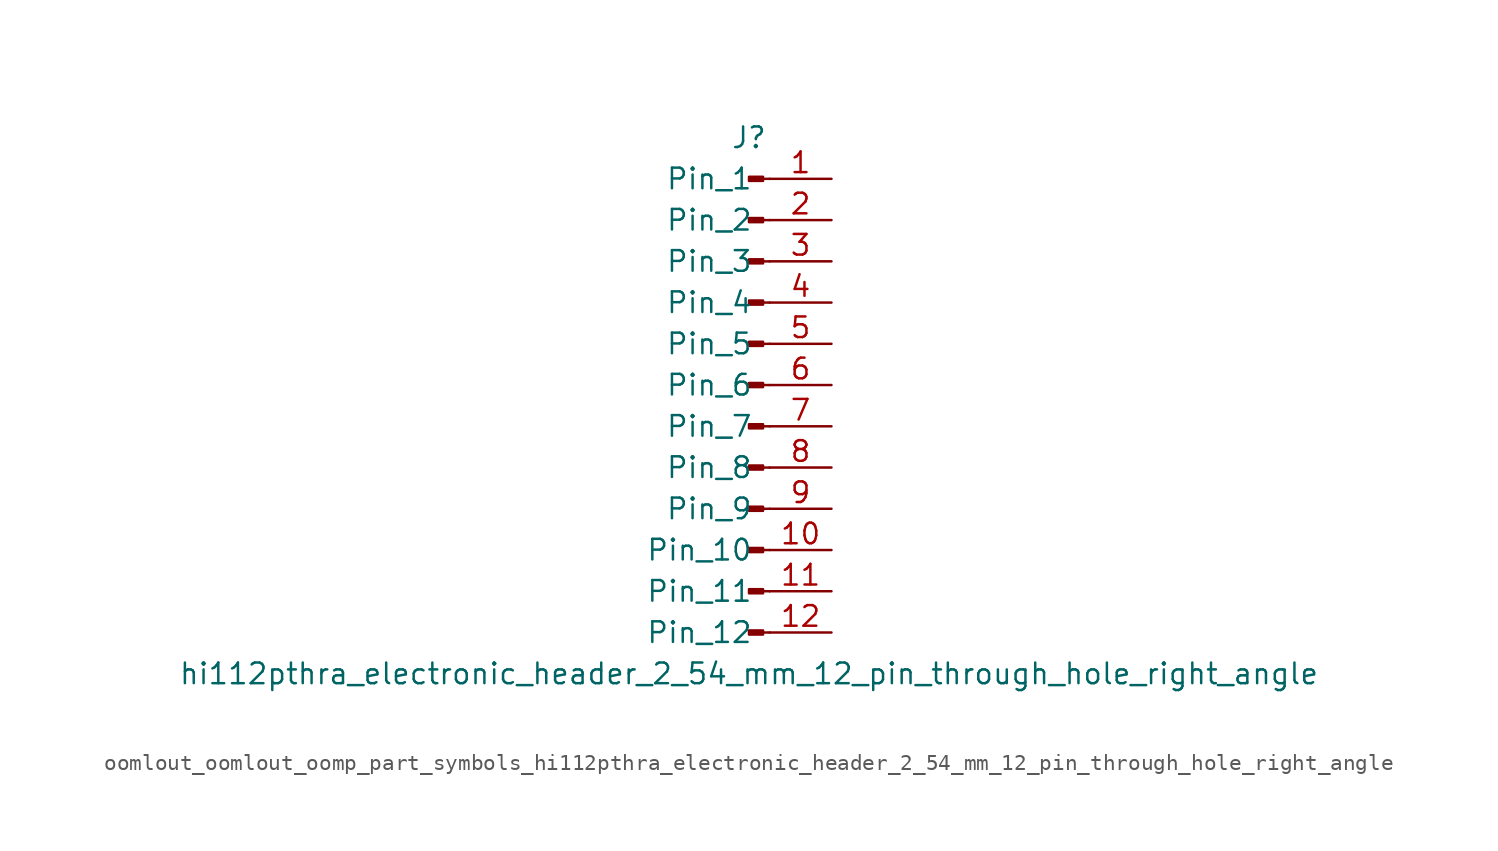
<source format=kicad_sym>
(kicad_symbol_lib
  (version 20220914)
  (generator kicad_symbol_editor)
  (symbol "oomlout_oomlout_oomp_part_symbols_hi112pthra_electronic_header_2_54_mm_12_pin_through_hole_right_angle"
    (pin_names
      (offset 1.016))
    (property "Reference" "J"
      (at 0 15.24 0)
      (effects (font (size 1.27 1.27))))
    (property "Value" "hi112pthra_electronic_header_2_54_mm_12_pin_through_hole_right_angle"
      (at 0 -17.78 0)
      (effects (font (size 1.27 1.27))))
    (property "ki_locked" ""
      (at 0 0 0)
      (effects (font (size 1.27 1.27))))
    (symbol "oomlout_oomlout_oomp_part_symbols_hi112pthra_electronic_header_2_54_mm_12_pin_through_hole_right_angle_1_1"
      (polyline (pts (xy 1.27 -15.24) (xy 0.864 -15.24)) (stroke (width 0.152) (type default)) (fill (type none)))
      (polyline (pts (xy 1.27 -12.7) (xy 0.864 -12.7)) (stroke (width 0.152) (type default)) (fill (type none)))
      (polyline (pts (xy 1.27 -10.16) (xy 0.864 -10.16)) (stroke (width 0.152) (type default)) (fill (type none)))
      (polyline (pts (xy 1.27 -7.62) (xy 0.864 -7.62)) (stroke (width 0.152) (type default)) (fill (type none)))
      (polyline (pts (xy 1.27 -5.08) (xy 0.864 -5.08)) (stroke (width 0.152) (type default)) (fill (type none)))
      (polyline (pts (xy 1.27 -2.54) (xy 0.864 -2.54)) (stroke (width 0.152) (type default)) (fill (type none)))
      (polyline (pts (xy 1.27 0) (xy 0.864 0)) (stroke (width 0.152) (type default)) (fill (type none)))
      (polyline (pts (xy 1.27 2.54) (xy 0.864 2.54)) (stroke (width 0.152) (type default)) (fill (type none)))
      (polyline (pts (xy 1.27 5.08) (xy 0.864 5.08)) (stroke (width 0.152) (type default)) (fill (type none)))
      (polyline (pts (xy 1.27 7.62) (xy 0.864 7.62)) (stroke (width 0.152) (type default)) (fill (type none)))
      (polyline (pts (xy 1.27 10.16) (xy 0.864 10.16)) (stroke (width 0.152) (type default)) (fill (type none)))
      (polyline (pts (xy 1.27 12.7) (xy 0.864 12.7)) (stroke (width 0.152) (type default)) (fill (type none)))
      (rectangle (start 0.864 -15.113) (end 0 -15.367) (stroke (width 0.152) (type default)) (fill (type outline)))
      (rectangle (start 0.864 -12.573) (end 0 -12.827) (stroke (width 0.152) (type default)) (fill (type outline)))
      (rectangle (start 0.864 -10.033) (end 0 -10.287) (stroke (width 0.152) (type default)) (fill (type outline)))
      (rectangle (start 0.864 -7.493) (end 0 -7.747) (stroke (width 0.152) (type default)) (fill (type outline)))
      (rectangle (start 0.864 -4.953) (end 0 -5.207) (stroke (width 0.152) (type default)) (fill (type outline)))
      (rectangle (start 0.864 -2.413) (end 0 -2.667) (stroke (width 0.152) (type default)) (fill (type outline)))
      (rectangle (start 0.864 0.127) (end 0 -0.127) (stroke (width 0.152) (type default)) (fill (type outline)))
      (rectangle (start 0.864 2.667) (end 0 2.413) (stroke (width 0.152) (type default)) (fill (type outline)))
      (rectangle (start 0.864 5.207) (end 0 4.953) (stroke (width 0.152) (type default)) (fill (type outline)))
      (rectangle (start 0.864 7.747) (end 0 7.493) (stroke (width 0.152) (type default)) (fill (type outline)))
      (rectangle (start 0.864 10.287) (end 0 10.033) (stroke (width 0.152) (type default)) (fill (type outline)))
      (rectangle (start 0.864 12.827) (end 0 12.573) (stroke (width 0.152) (type default)) (fill (type outline)))
      (pin passive line (at 5.08 12.7 180) (length 3.81) (name "Pin_1" (effects (font (size 1.27 1.27)))) (number "1" (effects (font (size 1.27 1.27)))))
      (pin passive line (at 5.08 -10.16 180) (length 3.81) (name "Pin_10" (effects (font (size 1.27 1.27)))) (number "10" (effects (font (size 1.27 1.27)))))
      (pin passive line (at 5.08 -12.7 180) (length 3.81) (name "Pin_11" (effects (font (size 1.27 1.27)))) (number "11" (effects (font (size 1.27 1.27)))))
      (pin passive line (at 5.08 -15.24 180) (length 3.81) (name "Pin_12" (effects (font (size 1.27 1.27)))) (number "12" (effects (font (size 1.27 1.27)))))
      (pin passive line (at 5.08 10.16 180) (length 3.81) (name "Pin_2" (effects (font (size 1.27 1.27)))) (number "2" (effects (font (size 1.27 1.27)))))
      (pin passive line (at 5.08 7.62 180) (length 3.81) (name "Pin_3" (effects (font (size 1.27 1.27)))) (number "3" (effects (font (size 1.27 1.27)))))
      (pin passive line (at 5.08 5.08 180) (length 3.81) (name "Pin_4" (effects (font (size 1.27 1.27)))) (number "4" (effects (font (size 1.27 1.27)))))
      (pin passive line (at 5.08 2.54 180) (length 3.81) (name "Pin_5" (effects (font (size 1.27 1.27)))) (number "5" (effects (font (size 1.27 1.27)))))
      (pin passive line (at 5.08 0 180) (length 3.81) (name "Pin_6" (effects (font (size 1.27 1.27)))) (number "6" (effects (font (size 1.27 1.27)))))
      (pin passive line (at 5.08 -2.54 180) (length 3.81) (name "Pin_7" (effects (font (size 1.27 1.27)))) (number "7" (effects (font (size 1.27 1.27)))))
      (pin passive line (at 5.08 -5.08 180) (length 3.81) (name "Pin_8" (effects (font (size 1.27 1.27)))) (number "8" (effects (font (size 1.27 1.27)))))
      (pin passive line (at 5.08 -7.62 180) (length 3.81) (name "Pin_9" (effects (font (size 1.27 1.27)))) (number "9" (effects (font (size 1.27 1.27))))))))
</source>
